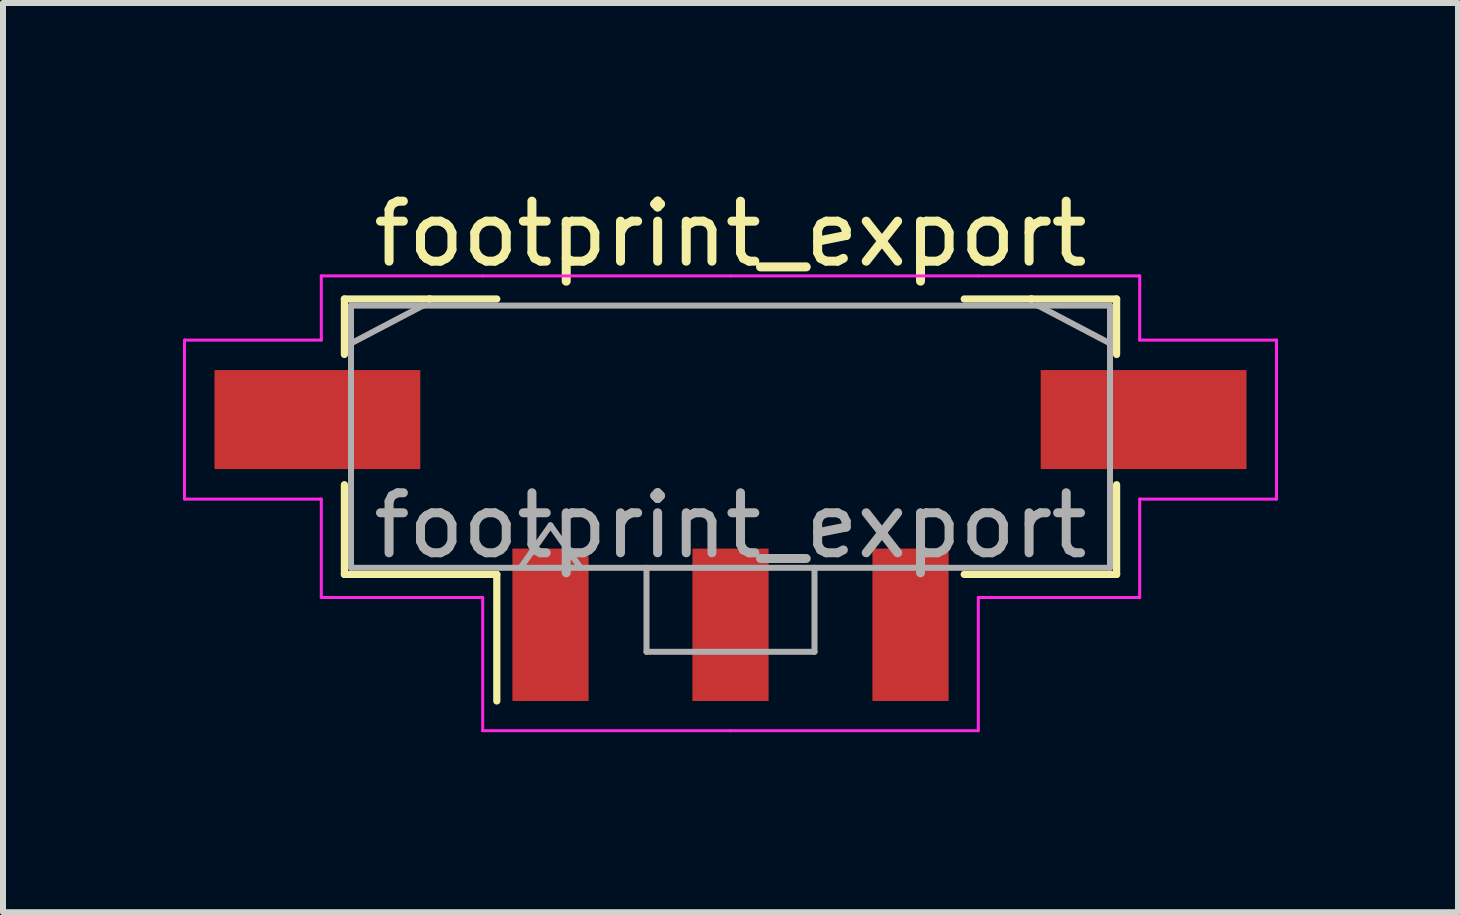
<source format=kicad_pcb>
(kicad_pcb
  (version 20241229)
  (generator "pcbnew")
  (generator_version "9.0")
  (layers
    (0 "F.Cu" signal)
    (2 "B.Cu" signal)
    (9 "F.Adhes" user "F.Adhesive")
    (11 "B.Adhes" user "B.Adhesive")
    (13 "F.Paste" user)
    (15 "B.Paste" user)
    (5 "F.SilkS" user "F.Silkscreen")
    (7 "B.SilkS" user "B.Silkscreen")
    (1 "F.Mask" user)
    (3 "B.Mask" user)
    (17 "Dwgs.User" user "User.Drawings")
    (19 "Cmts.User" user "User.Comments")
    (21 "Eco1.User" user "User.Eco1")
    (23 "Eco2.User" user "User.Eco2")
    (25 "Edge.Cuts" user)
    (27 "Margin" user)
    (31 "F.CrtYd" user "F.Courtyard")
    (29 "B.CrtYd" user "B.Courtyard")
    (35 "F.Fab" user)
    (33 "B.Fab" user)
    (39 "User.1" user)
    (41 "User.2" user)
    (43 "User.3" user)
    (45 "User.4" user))
  (footprint "footprint_export"
    (layer "F.Cu")
    (at 9.125 4.228)
    (property "Reference" "footprint_export" (at 0 -3.38 0) (layer "F.SilkS") (effects (font (size 1 1) (thickness 0.15))))
    (attr smd)
    (fp_line (start -6.435 -2.295) (end -5.015 -2.295) (stroke (width 0.12) (type solid)) (layer "F.SilkS"))
    (fp_line (start -6.435 -1.37) (end -6.435 -2.295) (stroke (width 0.12) (type solid)) (layer "F.SilkS"))
    (fp_line (start -6.435 0.8) (end -6.435 2.295) (stroke (width 0.12) (type solid)) (layer "F.SilkS"))
    (fp_line (start -6.435 2.295) (end -3.895 2.295) (stroke (width 0.12) (type solid)) (layer "F.SilkS"))
    (fp_line (start -5.015 -2.295) (end -5.015 -2.295) (stroke (width 0.12) (type solid)) (layer "F.SilkS"))
    (fp_line (start -5.015 -2.295) (end -3.895 -2.295) (stroke (width 0.12) (type solid)) (layer "F.SilkS"))
    (fp_line (start -3.895 2.295) (end -3.895 4.405) (stroke (width 0.12) (type solid)) (layer "F.SilkS"))
    (fp_line (start 5.015 -2.295) (end 3.895 -2.295) (stroke (width 0.12) (type solid)) (layer "F.SilkS"))
    (fp_line (start 5.015 -2.295) (end 5.015 -2.295) (stroke (width 0.12) (type solid)) (layer "F.SilkS"))
    (fp_line (start 6.435 -2.295) (end 5.015 -2.295) (stroke (width 0.12) (type solid)) (layer "F.SilkS"))
    (fp_line (start 6.435 -1.37) (end 6.435 -2.295) (stroke (width 0.12) (type solid)) (layer "F.SilkS"))
    (fp_line (start 6.435 0.8) (end 6.435 2.295) (stroke (width 0.12) (type solid)) (layer "F.SilkS"))
    (fp_line (start 6.435 2.295) (end 3.895 2.295) (stroke (width 0.12) (type solid)) (layer "F.SilkS"))
    (fp_line (start -9.1 -1.61) (end -9.1 1.04) (stroke (width 0.05) (type solid)) (layer "F.CrtYd"))
    (fp_line (start -9.1 1.04) (end -6.82 1.04) (stroke (width 0.05) (type solid)) (layer "F.CrtYd"))
    (fp_line (start -6.82 -2.68) (end -6.82 -1.61) (stroke (width 0.05) (type solid)) (layer "F.CrtYd"))
    (fp_line (start -6.82 -1.61) (end -9.1 -1.61) (stroke (width 0.05) (type solid)) (layer "F.CrtYd"))
    (fp_line (start -6.82 1.04) (end -6.82 2.68) (stroke (width 0.05) (type solid)) (layer "F.CrtYd"))
    (fp_line (start -6.82 2.68) (end -4.13 2.68) (stroke (width 0.05) (type solid)) (layer "F.CrtYd"))
    (fp_line (start -4.13 -2.68) (end -6.82 -2.68) (stroke (width 0.05) (type solid)) (layer "F.CrtYd"))
    (fp_line (start -4.13 2.68) (end -4.13 4.9) (stroke (width 0.05) (type solid)) (layer "F.CrtYd"))
    (fp_line (start -4.13 4.9) (end 0 4.9) (stroke (width 0.05) (type solid)) (layer "F.CrtYd"))
    (fp_line (start 0 -2.68) (end -4.13 -2.68) (stroke (width 0.05) (type solid)) (layer "F.CrtYd"))
    (fp_line (start 0 -2.68) (end 4.13 -2.68) (stroke (width 0.05) (type solid)) (layer "F.CrtYd"))
    (fp_line (start 4.13 -2.68) (end 6.82 -2.68) (stroke (width 0.05) (type solid)) (layer "F.CrtYd"))
    (fp_line (start 4.13 2.68) (end 4.13 4.9) (stroke (width 0.05) (type solid)) (layer "F.CrtYd"))
    (fp_line (start 4.13 4.9) (end 0 4.9) (stroke (width 0.05) (type solid)) (layer "F.CrtYd"))
    (fp_line (start 6.82 -2.68) (end 6.82 -1.61) (stroke (width 0.05) (type solid)) (layer "F.CrtYd"))
    (fp_line (start 6.82 -1.61) (end 9.1 -1.61) (stroke (width 0.05) (type solid)) (layer "F.CrtYd"))
    (fp_line (start 6.82 1.04) (end 6.82 2.68) (stroke (width 0.05) (type solid)) (layer "F.CrtYd"))
    (fp_line (start 6.82 2.68) (end 4.13 2.68) (stroke (width 0.05) (type solid)) (layer "F.CrtYd"))
    (fp_line (start 9.1 -1.61) (end 9.1 1.04) (stroke (width 0.05) (type solid)) (layer "F.CrtYd"))
    (fp_line (start 9.1 1.04) (end 6.82 1.04) (stroke (width 0.05) (type solid)) (layer "F.CrtYd"))
    (fp_line (start -6.325 -2.185) (end -6.325 2.185) (stroke (width 0.1) (type solid)) (layer "F.Fab"))
    (fp_line (start -6.325 -1.555) (end -5.125 -2.185) (stroke (width 0.1) (type solid)) (layer "F.Fab"))
    (fp_line (start -6.325 2.185) (end 6.325 2.185) (stroke (width 0.1) (type solid)) (layer "F.Fab"))
    (fp_line (start -5.125 -2.185) (end -6.325 -2.185) (stroke (width 0.1) (type solid)) (layer "F.Fab"))
    (fp_line (start -5.125 -2.185) (end -5.125 -2.185) (stroke (width 0.1) (type solid)) (layer "F.Fab"))
    (fp_line (start -3.5 2.185) (end -3 1.478) (stroke (width 0.1) (type solid)) (layer "F.Fab"))
    (fp_line (start -3 1.478) (end -2.5 2.185) (stroke (width 0.1) (type solid)) (layer "F.Fab"))
    (fp_line (start -1.4 2.185) (end -1.4 3.585) (stroke (width 0.1) (type solid)) (layer "F.Fab"))
    (fp_line (start -1.4 3.585) (end 1.4 3.585) (stroke (width 0.1) (type solid)) (layer "F.Fab"))
    (fp_line (start 1.4 3.585) (end 1.4 2.185) (stroke (width 0.1) (type solid)) (layer "F.Fab"))
    (fp_line (start 5.125 -2.185) (end -5.125 -2.185) (stroke (width 0.1) (type solid)) (layer "F.Fab"))
    (fp_line (start 5.125 -2.185) (end 5.125 -2.185) (stroke (width 0.1) (type solid)) (layer "F.Fab"))
    (fp_line (start 6.325 -2.185) (end 5.125 -2.185) (stroke (width 0.1) (type solid)) (layer "F.Fab"))
    (fp_line (start 6.325 -1.555) (end 5.125 -2.185) (stroke (width 0.1) (type solid)) (layer "F.Fab"))
    (fp_line (start 6.325 2.185) (end 6.325 -2.185) (stroke (width 0.1) (type solid)) (layer "F.Fab"))
    (fp_text user "${REFERENCE}" (at 0 1.48 0) (layer "F.Fab") (effects (font (size 1 1) (thickness 0.15))))
    (pad "1" smd rect (at -3 3.135) (size 1.27 2.54) (layers "F.Cu" "F.Mask" "F.Paste"))
    (pad "2" smd rect (at 0 3.135) (size 1.27 2.54) (layers "F.Cu" "F.Mask" "F.Paste"))
    (pad "3" smd rect (at 3 3.135) (size 1.27 2.54) (layers "F.Cu" "F.Mask" "F.Paste"))
    (pad "MP" smd rect (at -6.885 -0.285) (size 3.43 1.65) (layers "F.Cu" "F.Mask" "F.Paste"))
    (pad "MP" smd rect (at 6.885 -0.285) (size 3.43 1.65) (layers "F.Cu" "F.Mask" "F.Paste")))
  (gr_rect
    (start -3 -3)
    (end 21.25 12.153)
    (stroke (width 0.1) (type default))
    (fill no)
    (layer "Edge.Cuts")))
</source>
